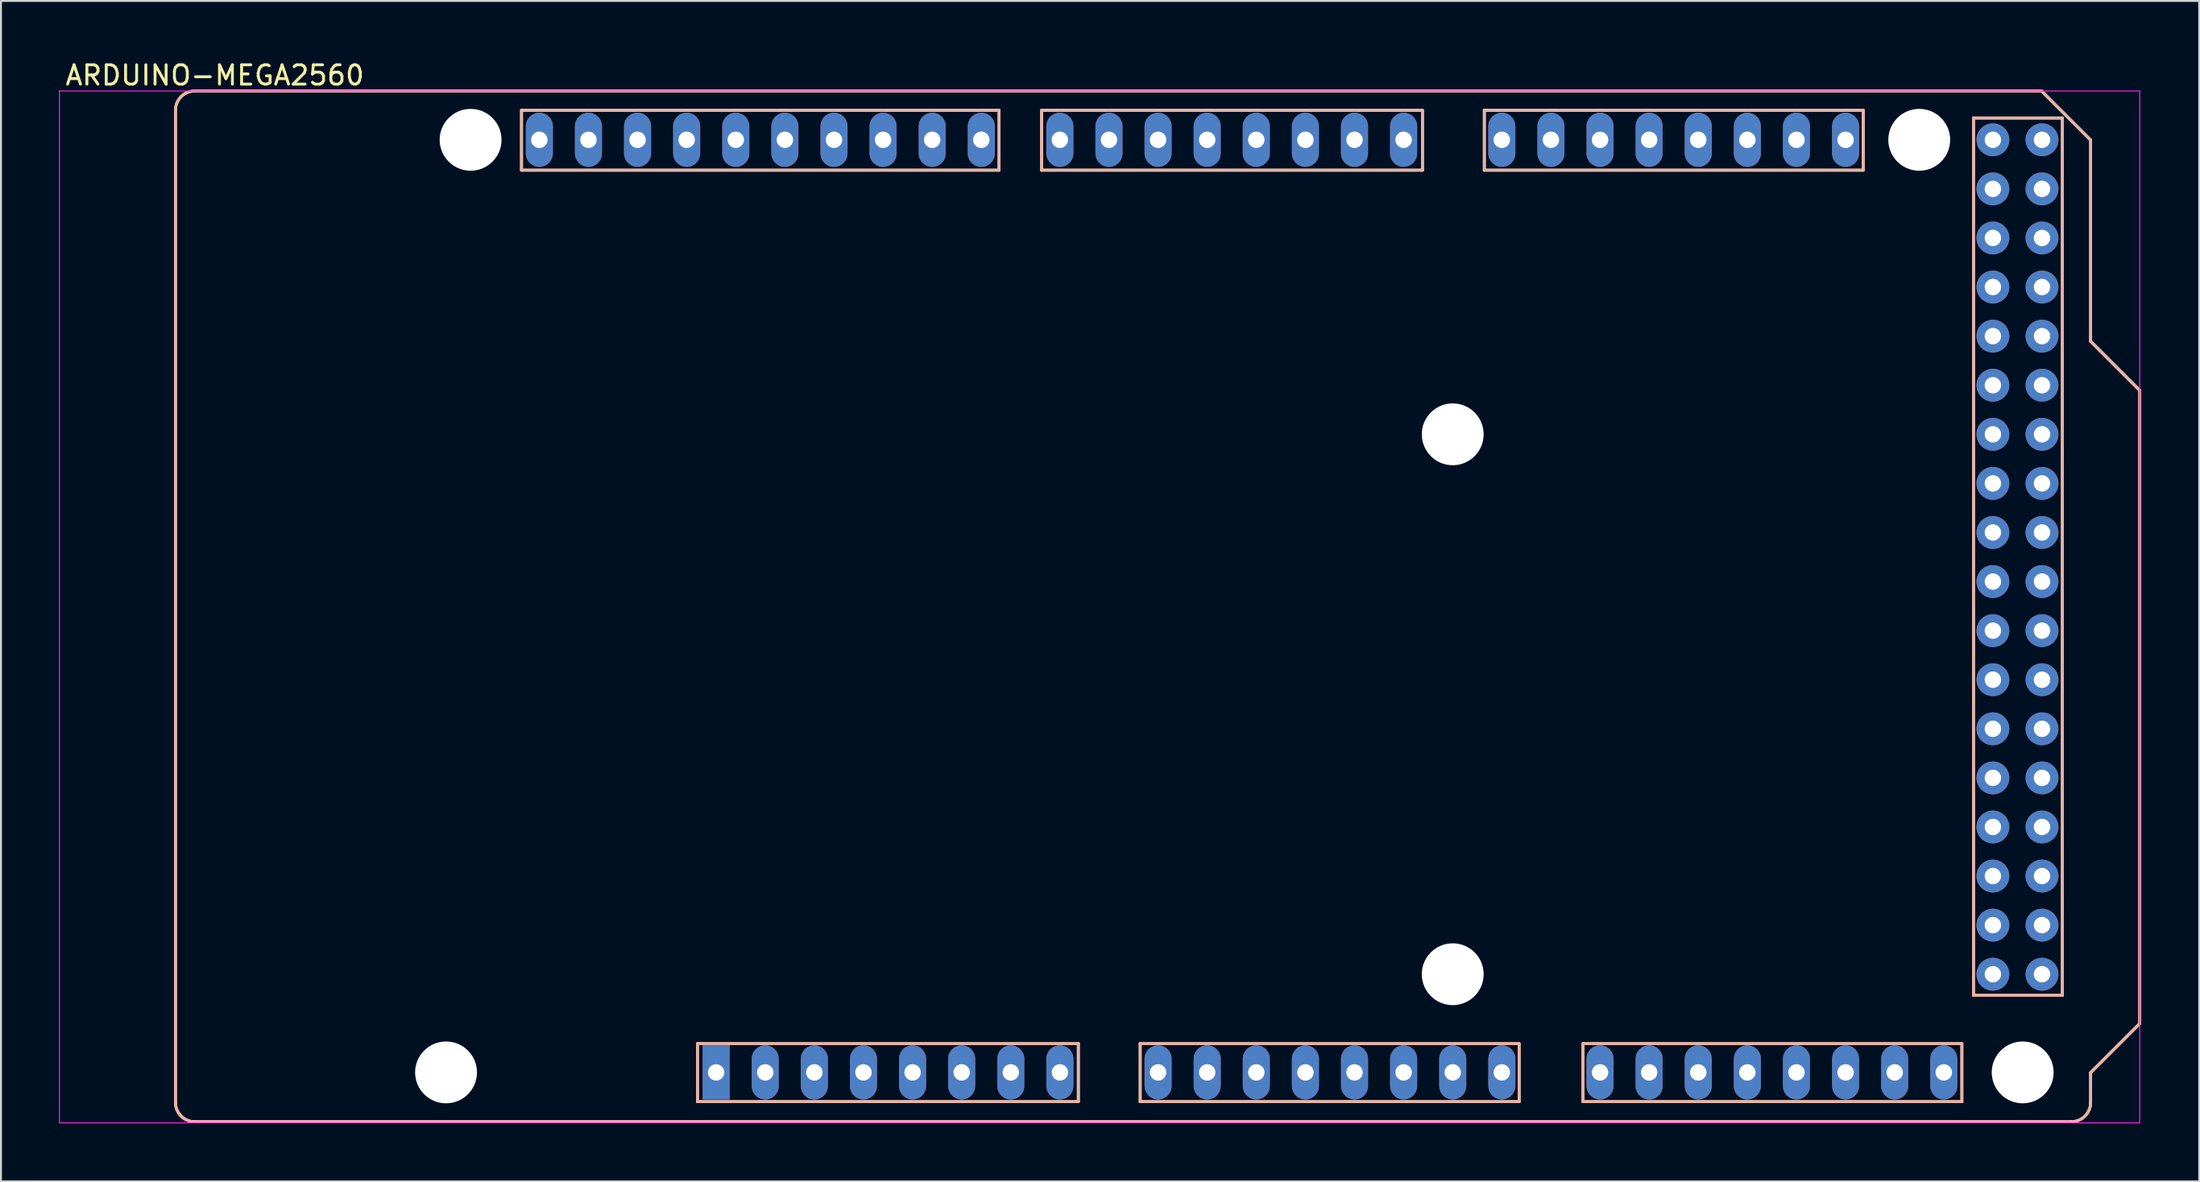
<source format=kicad_pcb>
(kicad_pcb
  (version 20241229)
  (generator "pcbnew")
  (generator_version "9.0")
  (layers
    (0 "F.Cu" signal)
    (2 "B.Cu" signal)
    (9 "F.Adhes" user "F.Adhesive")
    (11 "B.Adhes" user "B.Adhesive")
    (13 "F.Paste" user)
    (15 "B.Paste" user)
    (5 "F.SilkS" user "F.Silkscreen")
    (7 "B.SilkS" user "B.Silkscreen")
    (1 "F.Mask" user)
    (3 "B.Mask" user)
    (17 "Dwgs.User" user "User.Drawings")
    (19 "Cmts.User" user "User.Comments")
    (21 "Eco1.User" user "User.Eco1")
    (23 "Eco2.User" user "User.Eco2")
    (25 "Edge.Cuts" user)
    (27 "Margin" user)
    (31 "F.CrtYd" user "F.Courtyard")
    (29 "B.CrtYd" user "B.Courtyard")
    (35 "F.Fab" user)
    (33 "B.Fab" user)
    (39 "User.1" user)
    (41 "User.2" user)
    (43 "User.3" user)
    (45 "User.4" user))
  (footprint "ARDUINO-MEGA2560"
    (layer "F.Cu")
    (at 6.025 1.658)
    (property "Reference" "ARDUINO-MEGA2560" (at 2.04 -0.81 0) (layer "F.SilkS") (effects (font (size 1 1) (thickness 0.15))))
    (attr through_hole)
    (fp_line (start 0 52.34) (end 0 1) (stroke (width 0.15) (type solid)) (layer "F.SilkS"))
    (fp_line (start 1 0) (end 96.52 0) (stroke (width 0.15) (type solid)) (layer "F.SilkS"))
    (fp_line (start 17.9 1) (end 17.9 4.1) (stroke (width 0.15) (type solid)) (layer "F.SilkS"))
    (fp_line (start 17.9 1) (end 42.6 1) (stroke (width 0.15) (type solid)) (layer "F.SilkS"))
    (fp_line (start 17.9 4.1) (end 42.6 4.1) (stroke (width 0.15) (type solid)) (layer "F.SilkS"))
    (fp_line (start 27 49.3) (end 27 52.3) (stroke (width 0.15) (type solid)) (layer "F.SilkS"))
    (fp_line (start 27 52.3) (end 46.7 52.3) (stroke (width 0.15) (type solid)) (layer "F.SilkS"))
    (fp_line (start 42.6 4.1) (end 42.6 1) (stroke (width 0.15) (type solid)) (layer "F.SilkS"))
    (fp_line (start 44.8 1) (end 44.8 4.1) (stroke (width 0.15) (type solid)) (layer "F.SilkS"))
    (fp_line (start 44.8 4.1) (end 64.4 4.1) (stroke (width 0.15) (type solid)) (layer "F.SilkS"))
    (fp_line (start 46.7 49.3) (end 27 49.3) (stroke (width 0.15) (type solid)) (layer "F.SilkS"))
    (fp_line (start 46.7 52.3) (end 46.7 49.3) (stroke (width 0.15) (type solid)) (layer "F.SilkS"))
    (fp_line (start 49.9 49.3) (end 49.9 52.3) (stroke (width 0.15) (type solid)) (layer "F.SilkS"))
    (fp_line (start 49.9 52.3) (end 69.5 52.3) (stroke (width 0.15) (type solid)) (layer "F.SilkS"))
    (fp_line (start 64.4 4.1) (end 64.5 4.1) (stroke (width 0.15) (type solid)) (layer "F.SilkS"))
    (fp_line (start 64.5 1) (end 44.8 1) (stroke (width 0.15) (type solid)) (layer "F.SilkS"))
    (fp_line (start 64.5 4.1) (end 64.5 1) (stroke (width 0.15) (type solid)) (layer "F.SilkS"))
    (fp_line (start 67.7 1) (end 67.7 4.1) (stroke (width 0.15) (type solid)) (layer "F.SilkS"))
    (fp_line (start 67.7 1) (end 67.8 1) (stroke (width 0.15) (type solid)) (layer "F.SilkS"))
    (fp_line (start 67.7 4.1) (end 87.3 4.1) (stroke (width 0.15) (type solid)) (layer "F.SilkS"))
    (fp_line (start 69.5 49.3) (end 49.9 49.3) (stroke (width 0.15) (type solid)) (layer "F.SilkS"))
    (fp_line (start 69.5 52.3) (end 69.5 49.3) (stroke (width 0.15) (type solid)) (layer "F.SilkS"))
    (fp_line (start 72.8 49.3) (end 72.8 52.3) (stroke (width 0.15) (type solid)) (layer "F.SilkS"))
    (fp_line (start 72.8 52.3) (end 92.4 52.3) (stroke (width 0.15) (type solid)) (layer "F.SilkS"))
    (fp_line (start 87.3 1) (end 67.7 1) (stroke (width 0.15) (type solid)) (layer "F.SilkS"))
    (fp_line (start 87.3 4.1) (end 87.3 1) (stroke (width 0.15) (type solid)) (layer "F.SilkS"))
    (fp_line (start 92.4 49.3) (end 72.8 49.3) (stroke (width 0.15) (type solid)) (layer "F.SilkS"))
    (fp_line (start 92.4 52.3) (end 92.4 49.3) (stroke (width 0.15) (type solid)) (layer "F.SilkS"))
    (fp_line (start 93 1.4) (end 93 46.8) (stroke (width 0.15) (type solid)) (layer "F.SilkS"))
    (fp_line (start 93 46.8) (end 97.6 46.8) (stroke (width 0.15) (type solid)) (layer "F.SilkS"))
    (fp_line (start 96.52 0) (end 99.06 2.54) (stroke (width 0.15) (type solid)) (layer "F.SilkS"))
    (fp_line (start 97.6 1.4) (end 93 1.4) (stroke (width 0.15) (type solid)) (layer "F.SilkS"))
    (fp_line (start 97.6 46.8) (end 97.6 1.4) (stroke (width 0.15) (type solid)) (layer "F.SilkS"))
    (fp_line (start 98.06 53.34) (end 1 53.34) (stroke (width 0.15) (type solid)) (layer "F.SilkS"))
    (fp_line (start 99.06 2.54) (end 99.06 12.954) (stroke (width 0.15) (type solid)) (layer "F.SilkS"))
    (fp_line (start 99.06 12.954) (end 101.6 15.494) (stroke (width 0.15) (type solid)) (layer "F.SilkS"))
    (fp_line (start 99.06 50.8) (end 101.6 48.26) (stroke (width 0.15) (type solid)) (layer "F.SilkS"))
    (fp_line (start 99.06 52.34) (end 99.06 50.8) (stroke (width 0.15) (type solid)) (layer "F.SilkS"))
    (fp_line (start 101.6 15.494) (end 101.6 48.26) (stroke (width 0.15) (type solid)) (layer "F.SilkS"))
    (fp_arc (start 0 1) (mid 0.292893 0.292893) (end 1 0) (stroke (width 0.15) (type solid)) (layer "F.SilkS"))
    (fp_arc (start 1 53.34) (mid 0.292893 53.047107) (end 0 52.34) (stroke (width 0.15) (type solid)) (layer "F.SilkS"))
    (fp_arc (start 99.06 52.34) (mid 98.767107 53.047107) (end 98.06 53.34) (stroke (width 0.15) (type solid)) (layer "F.SilkS"))
    (fp_line (start 0 52.34) (end 0 1) (stroke (width 0.15) (type solid)) (layer "B.SilkS"))
    (fp_line (start 1 0) (end 96.52 0) (stroke (width 0.15) (type solid)) (layer "B.SilkS"))
    (fp_line (start 17.9 1) (end 42.6 1) (stroke (width 0.15) (type solid)) (layer "B.SilkS"))
    (fp_line (start 17.9 4.1) (end 17.9 1) (stroke (width 0.15) (type solid)) (layer "B.SilkS"))
    (fp_line (start 27 49.3) (end 46.7 49.3) (stroke (width 0.15) (type solid)) (layer "B.SilkS"))
    (fp_line (start 27 52.3) (end 27 49.3) (stroke (width 0.15) (type solid)) (layer "B.SilkS"))
    (fp_line (start 42.6 1) (end 42.6 4.1) (stroke (width 0.15) (type solid)) (layer "B.SilkS"))
    (fp_line (start 42.6 4.1) (end 17.9 4.1) (stroke (width 0.15) (type solid)) (layer "B.SilkS"))
    (fp_line (start 44.8 1) (end 64.5 1) (stroke (width 0.15) (type solid)) (layer "B.SilkS"))
    (fp_line (start 44.8 4.1) (end 44.8 1) (stroke (width 0.15) (type solid)) (layer "B.SilkS"))
    (fp_line (start 46.7 49.3) (end 46.7 52.3) (stroke (width 0.15) (type solid)) (layer "B.SilkS"))
    (fp_line (start 46.7 52.3) (end 27 52.3) (stroke (width 0.15) (type solid)) (layer "B.SilkS"))
    (fp_line (start 49.9 49.3) (end 69.5 49.3) (stroke (width 0.15) (type solid)) (layer "B.SilkS"))
    (fp_line (start 49.9 52.3) (end 49.9 49.3) (stroke (width 0.15) (type solid)) (layer "B.SilkS"))
    (fp_line (start 64.5 1) (end 64.5 4.1) (stroke (width 0.15) (type solid)) (layer "B.SilkS"))
    (fp_line (start 64.5 4.1) (end 44.8 4.1) (stroke (width 0.15) (type solid)) (layer "B.SilkS"))
    (fp_line (start 67.7 1) (end 87.3 1) (stroke (width 0.15) (type solid)) (layer "B.SilkS"))
    (fp_line (start 67.7 4.1) (end 67.7 1) (stroke (width 0.15) (type solid)) (layer "B.SilkS"))
    (fp_line (start 69.5 49.3) (end 69.5 52.3) (stroke (width 0.15) (type solid)) (layer "B.SilkS"))
    (fp_line (start 69.5 52.3) (end 49.9 52.3) (stroke (width 0.15) (type solid)) (layer "B.SilkS"))
    (fp_line (start 72.8 49.3) (end 92.4 49.3) (stroke (width 0.15) (type solid)) (layer "B.SilkS"))
    (fp_line (start 72.8 52.3) (end 72.8 49.3) (stroke (width 0.15) (type solid)) (layer "B.SilkS"))
    (fp_line (start 87.3 1) (end 87.3 4.1) (stroke (width 0.15) (type solid)) (layer "B.SilkS"))
    (fp_line (start 87.3 4.1) (end 67.7 4.1) (stroke (width 0.15) (type solid)) (layer "B.SilkS"))
    (fp_line (start 92.4 49.3) (end 92.4 52.3) (stroke (width 0.15) (type solid)) (layer "B.SilkS"))
    (fp_line (start 92.4 52.3) (end 72.8 52.3) (stroke (width 0.15) (type solid)) (layer "B.SilkS"))
    (fp_line (start 93 1.4) (end 97.6 1.4) (stroke (width 0.15) (type solid)) (layer "B.SilkS"))
    (fp_line (start 93 46.8) (end 93 1.4) (stroke (width 0.15) (type solid)) (layer "B.SilkS"))
    (fp_line (start 96.52 0) (end 99.06 2.54) (stroke (width 0.15) (type solid)) (layer "B.SilkS"))
    (fp_line (start 97.6 1.4) (end 97.6 46.8) (stroke (width 0.15) (type solid)) (layer "B.SilkS"))
    (fp_line (start 97.6 46.8) (end 93 46.8) (stroke (width 0.15) (type solid)) (layer "B.SilkS"))
    (fp_line (start 98.06 53.34) (end 1 53.34) (stroke (width 0.15) (type solid)) (layer "B.SilkS"))
    (fp_line (start 99.06 2.54) (end 99.06 12.954) (stroke (width 0.15) (type solid)) (layer "B.SilkS"))
    (fp_line (start 99.06 12.954) (end 101.6 15.494) (stroke (width 0.15) (type solid)) (layer "B.SilkS"))
    (fp_line (start 99.06 50.8) (end 101.6 48.26) (stroke (width 0.15) (type solid)) (layer "B.SilkS"))
    (fp_line (start 99.06 52.34) (end 99.06 50.8) (stroke (width 0.15) (type solid)) (layer "B.SilkS"))
    (fp_line (start 101.6 15.494) (end 101.6 48.26) (stroke (width 0.15) (type solid)) (layer "B.SilkS"))
    (fp_arc (start 0 1) (mid 0.292893 0.292893) (end 1 0) (stroke (width 0.15) (type solid)) (layer "B.SilkS"))
    (fp_arc (start 1 53.34) (mid 0.292893 53.047107) (end 0 52.34) (stroke (width 0.15) (type solid)) (layer "B.SilkS"))
    (fp_arc (start 99.06 52.34) (mid 98.767107 53.047107) (end 98.06 53.34) (stroke (width 0.15) (type solid)) (layer "B.SilkS"))
    (fp_line (start -6 0) (end 101.6 0) (stroke (width 0.05) (type solid)) (layer "F.CrtYd"))
    (fp_line (start -6 53.4) (end -6 0) (stroke (width 0.05) (type solid)) (layer "F.CrtYd"))
    (fp_line (start 101.6 0) (end 101.6 53.4) (stroke (width 0.05) (type solid)) (layer "F.CrtYd"))
    (fp_line (start 101.6 53.4) (end -6 53.4) (stroke (width 0.05) (type solid)) (layer "F.CrtYd"))
    (pad "" np_thru_hole circle (at 13.996 50.787) (size 3.2 3.2) (drill 3.2) (layers "*.Cu" "*.Mask"))
    (pad "" np_thru_hole circle (at 15.266 2.527) (size 3.2 3.2) (drill 3.2) (layers "*.Cu" "*.Mask"))
    (pad "" np_thru_hole circle (at 66.065 17.767) (size 3.2 3.2) (drill 3.2) (layers "*.Cu" "*.Mask"))
    (pad "" np_thru_hole circle (at 66.065 45.707) (size 3.2 3.2) (drill 3.2) (layers "*.Cu" "*.Mask"))
    (pad "" np_thru_hole circle (at 90.195 2.527) (size 3.2 3.2) (drill 3.2) (layers "*.Cu" "*.Mask"))
    (pad "" np_thru_hole circle (at 95.545 50.787) (size 3.2 3.2) (drill 3.2) (layers "*.Cu" "*.Mask"))
    (pad "1" thru_hole rect (at 27.966 50.787) (size 1.4 2.8) (drill 0.85) (layers "*.Cu" "*.Mask"))
    (pad "2" thru_hole oval (at 30.506 50.787) (size 1.4 2.8) (drill 0.85) (layers "*.Cu" "*.Mask"))
    (pad "3" thru_hole oval (at 33.046 50.787) (size 1.4 2.8) (drill 0.85) (layers "*.Cu" "*.Mask"))
    (pad "4" thru_hole oval (at 35.586 50.787) (size 1.4 2.8) (drill 0.85) (layers "*.Cu" "*.Mask"))
    (pad "5" thru_hole oval (at 38.126 50.787) (size 1.4 2.8) (drill 0.85) (layers "*.Cu" "*.Mask"))
    (pad "6" thru_hole oval (at 40.666 50.787) (size 1.4 2.8) (drill 0.85) (layers "*.Cu" "*.Mask"))
    (pad "7" thru_hole oval (at 43.206 50.787) (size 1.4 2.8) (drill 0.85) (layers "*.Cu" "*.Mask"))
    (pad "8" thru_hole oval (at 45.746 50.787) (size 1.4 2.8) (drill 0.85) (layers "*.Cu" "*.Mask"))
    (pad "9" thru_hole oval (at 50.826 50.787) (size 1.4 2.8) (drill 0.85) (layers "*.Cu" "*.Mask"))
    (pad "10" thru_hole oval (at 53.366 50.787) (size 1.4 2.8) (drill 0.85) (layers "*.Cu" "*.Mask"))
    (pad "11" thru_hole oval (at 55.906 50.787) (size 1.4 2.8) (drill 0.85) (layers "*.Cu" "*.Mask"))
    (pad "12" thru_hole oval (at 58.446 50.787) (size 1.4 2.8) (drill 0.85) (layers "*.Cu" "*.Mask"))
    (pad "13" thru_hole oval (at 60.986 50.787) (size 1.4 2.8) (drill 0.85) (layers "*.Cu" "*.Mask"))
    (pad "14" thru_hole oval (at 63.526 50.787) (size 1.4 2.8) (drill 0.85) (layers "*.Cu" "*.Mask"))
    (pad "15" thru_hole oval (at 66.066 50.787) (size 1.4 2.8) (drill 0.85) (layers "*.Cu" "*.Mask"))
    (pad "16" thru_hole oval (at 68.606 50.787) (size 1.4 2.8) (drill 0.85) (layers "*.Cu" "*.Mask"))
    (pad "17" thru_hole oval (at 73.685 50.787) (size 1.4 2.8) (drill 0.85) (layers "*.Cu" "*.Mask"))
    (pad "18" thru_hole oval (at 76.225 50.787) (size 1.4 2.8) (drill 0.85) (layers "*.Cu" "*.Mask"))
    (pad "19" thru_hole oval (at 78.765 50.787) (size 1.4 2.8) (drill 0.85) (layers "*.Cu" "*.Mask"))
    (pad "20" thru_hole oval (at 81.305 50.787) (size 1.4 2.8) (drill 0.85) (layers "*.Cu" "*.Mask"))
    (pad "21" thru_hole oval (at 83.845 50.787) (size 1.4 2.8) (drill 0.85) (layers "*.Cu" "*.Mask"))
    (pad "22" thru_hole oval (at 86.385 50.787) (size 1.4 2.8) (drill 0.85) (layers "*.Cu" "*.Mask"))
    (pad "23" thru_hole oval (at 88.925 50.787) (size 1.4 2.8) (drill 0.85) (layers "*.Cu" "*.Mask"))
    (pad "24" thru_hole oval (at 91.465 50.787) (size 1.4 2.8) (drill 0.85) (layers "*.Cu" "*.Mask"))
    (pad "25" thru_hole oval (at 96.545 45.707 90) (size 1.7 1.7) (drill 0.85) (layers "*.Cu" "*.Mask"))
    (pad "26" thru_hole oval (at 94.005 45.707 90) (size 1.7 1.7) (drill 0.85) (layers "*.Cu" "*.Mask"))
    (pad "27" thru_hole oval (at 96.545 43.167 90) (size 1.7 1.7) (drill 0.85) (layers "*.Cu" "*.Mask"))
    (pad "28" thru_hole oval (at 94.005 43.167 90) (size 1.7 1.7) (drill 0.85) (layers "*.Cu" "*.Mask"))
    (pad "29" thru_hole oval (at 96.545 40.627 90) (size 1.7 1.7) (drill 0.85) (layers "*.Cu" "*.Mask"))
    (pad "30" thru_hole oval (at 94.005 40.627 90) (size 1.7 1.7) (drill 0.85) (layers "*.Cu" "*.Mask"))
    (pad "31" thru_hole oval (at 96.545 38.087 90) (size 1.7 1.7) (drill 0.85) (layers "*.Cu" "*.Mask"))
    (pad "32" thru_hole oval (at 94.005 38.087 90) (size 1.7 1.7) (drill 0.85) (layers "*.Cu" "*.Mask"))
    (pad "33" thru_hole oval (at 96.545 35.547 90) (size 1.7 1.7) (drill 0.85) (layers "*.Cu" "*.Mask"))
    (pad "34" thru_hole oval (at 94.005 35.547 90) (size 1.7 1.7) (drill 0.85) (layers "*.Cu" "*.Mask"))
    (pad "35" thru_hole oval (at 96.545 33.007 90) (size 1.7 1.7) (drill 0.85) (layers "*.Cu" "*.Mask"))
    (pad "36" thru_hole oval (at 94.005 33.007 90) (size 1.7 1.7) (drill 0.85) (layers "*.Cu" "*.Mask"))
    (pad "37" thru_hole oval (at 96.545 30.467 90) (size 1.7 1.7) (drill 0.85) (layers "*.Cu" "*.Mask"))
    (pad "38" thru_hole oval (at 94.005 30.467 90) (size 1.7 1.7) (drill 0.85) (layers "*.Cu" "*.Mask"))
    (pad "39" thru_hole oval (at 96.545 27.927 90) (size 1.7 1.7) (drill 0.85) (layers "*.Cu" "*.Mask"))
    (pad "40" thru_hole oval (at 94.005 27.927 90) (size 1.7 1.7) (drill 0.85) (layers "*.Cu" "*.Mask"))
    (pad "41" thru_hole oval (at 96.545 25.387 90) (size 1.7 1.7) (drill 0.85) (layers "*.Cu" "*.Mask"))
    (pad "42" thru_hole oval (at 94.005 25.387 90) (size 1.7 1.7) (drill 0.85) (layers "*.Cu" "*.Mask"))
    (pad "43" thru_hole oval (at 96.545 22.847 90) (size 1.7 1.7) (drill 0.85) (layers "*.Cu" "*.Mask"))
    (pad "44" thru_hole oval (at 94.005 22.847 90) (size 1.7 1.7) (drill 0.85) (layers "*.Cu" "*.Mask"))
    (pad "45" thru_hole oval (at 96.545 20.307 90) (size 1.7 1.7) (drill 0.85) (layers "*.Cu" "*.Mask"))
    (pad "46" thru_hole oval (at 94.005 20.307 90) (size 1.7 1.7) (drill 0.85) (layers "*.Cu" "*.Mask"))
    (pad "47" thru_hole oval (at 96.545 17.767 90) (size 1.7 1.7) (drill 0.85) (layers "*.Cu" "*.Mask"))
    (pad "48" thru_hole oval (at 94.005 17.767 90) (size 1.7 1.7) (drill 0.85) (layers "*.Cu" "*.Mask"))
    (pad "49" thru_hole oval (at 96.545 15.227 90) (size 1.7 1.7) (drill 0.85) (layers "*.Cu" "*.Mask"))
    (pad "50" thru_hole oval (at 94.005 15.227 90) (size 1.7 1.7) (drill 0.85) (layers "*.Cu" "*.Mask"))
    (pad "51" thru_hole oval (at 96.545 12.687 90) (size 1.7 1.7) (drill 0.85) (layers "*.Cu" "*.Mask"))
    (pad "52" thru_hole oval (at 94.005 12.687 90) (size 1.7 1.7) (drill 0.85) (layers "*.Cu" "*.Mask"))
    (pad "53" thru_hole oval (at 96.545 10.147 90) (size 1.7 1.7) (drill 0.85) (layers "*.Cu" "*.Mask"))
    (pad "54" thru_hole oval (at 94.005 10.147 90) (size 1.7 1.7) (drill 0.85) (layers "*.Cu" "*.Mask"))
    (pad "55" thru_hole oval (at 96.545 7.607 90) (size 1.7 1.7) (drill 0.85) (layers "*.Cu" "*.Mask"))
    (pad "56" thru_hole oval (at 94.005 7.607 90) (size 1.7 1.7) (drill 0.85) (layers "*.Cu" "*.Mask"))
    (pad "57" thru_hole oval (at 96.545 5.067 90) (size 1.7 1.7) (drill 0.85) (layers "*.Cu" "*.Mask"))
    (pad "58" thru_hole oval (at 94.005 5.067 90) (size 1.7 1.7) (drill 0.85) (layers "*.Cu" "*.Mask"))
    (pad "59" thru_hole oval (at 96.545 2.527 90) (size 1.7 1.7) (drill 0.85) (layers "*.Cu" "*.Mask"))
    (pad "60" thru_hole oval (at 94.005 2.527 90) (size 1.7 1.7) (drill 0.85) (layers "*.Cu" "*.Mask"))
    (pad "61" thru_hole oval (at 86.385 2.527) (size 1.4 2.8) (drill 0.85) (layers "*.Cu" "*.Mask"))
    (pad "62" thru_hole oval (at 83.845 2.527) (size 1.4 2.8) (drill 0.85) (layers "*.Cu" "*.Mask"))
    (pad "63" thru_hole oval (at 81.305 2.527) (size 1.4 2.8) (drill 0.85) (layers "*.Cu" "*.Mask"))
    (pad "64" thru_hole oval (at 78.765 2.527) (size 1.4 2.8) (drill 0.85) (layers "*.Cu" "*.Mask"))
    (pad "65" thru_hole oval (at 76.225 2.527) (size 1.4 2.8) (drill 0.85) (layers "*.Cu" "*.Mask"))
    (pad "66" thru_hole oval (at 73.685 2.527) (size 1.4 2.8) (drill 0.85) (layers "*.Cu" "*.Mask"))
    (pad "67" thru_hole oval (at 71.145 2.527) (size 1.4 2.8) (drill 0.85) (layers "*.Cu" "*.Mask"))
    (pad "68" thru_hole oval (at 68.605 2.527) (size 1.4 2.8) (drill 0.85) (layers "*.Cu" "*.Mask"))
    (pad "69" thru_hole oval (at 63.525 2.527) (size 1.4 2.8) (drill 0.85) (layers "*.Cu" "*.Mask"))
    (pad "70" thru_hole oval (at 60.985 2.527) (size 1.4 2.8) (drill 0.85) (layers "*.Cu" "*.Mask"))
    (pad "71" thru_hole oval (at 58.445 2.527) (size 1.4 2.8) (drill 0.85) (layers "*.Cu" "*.Mask"))
    (pad "72" thru_hole oval (at 55.905 2.527) (size 1.4 2.8) (drill 0.85) (layers "*.Cu" "*.Mask"))
    (pad "73" thru_hole oval (at 53.365 2.527) (size 1.4 2.8) (drill 0.85) (layers "*.Cu" "*.Mask"))
    (pad "74" thru_hole oval (at 50.825 2.527) (size 1.4 2.8) (drill 0.85) (layers "*.Cu" "*.Mask"))
    (pad "75" thru_hole oval (at 48.285 2.527) (size 1.4 2.8) (drill 0.85) (layers "*.Cu" "*.Mask"))
    (pad "76" thru_hole oval (at 45.745 2.527) (size 1.4 2.8) (drill 0.85) (layers "*.Cu" "*.Mask"))
    (pad "77" thru_hole oval (at 41.682 2.527) (size 1.4 2.8) (drill 0.85) (layers "*.Cu" "*.Mask"))
    (pad "78" thru_hole oval (at 39.142 2.527) (size 1.4 2.8) (drill 0.85) (layers "*.Cu" "*.Mask"))
    (pad "79" thru_hole oval (at 36.602 2.527) (size 1.4 2.8) (drill 0.85) (layers "*.Cu" "*.Mask"))
    (pad "80" thru_hole oval (at 34.062 2.527) (size 1.4 2.8) (drill 0.85) (layers "*.Cu" "*.Mask"))
    (pad "81" thru_hole oval (at 31.522 2.527) (size 1.4 2.8) (drill 0.85) (layers "*.Cu" "*.Mask"))
    (pad "82" thru_hole oval (at 28.982 2.527) (size 1.4 2.8) (drill 0.85) (layers "*.Cu" "*.Mask"))
    (pad "83" thru_hole oval (at 26.442 2.527) (size 1.4 2.8) (drill 0.85) (layers "*.Cu" "*.Mask"))
    (pad "84" thru_hole oval (at 23.902 2.527) (size 1.4 2.8) (drill 0.85) (layers "*.Cu" "*.Mask"))
    (pad "85" thru_hole oval (at 21.362 2.527) (size 1.4 2.8) (drill 0.85) (layers "*.Cu" "*.Mask"))
    (pad "86" thru_hole oval (at 18.822 2.527) (size 1.4 2.8) (drill 0.85) (layers "*.Cu" "*.Mask")))
  (gr_rect
    (start -3 -3)
    (end 110.7 58.083)
    (stroke (width 0.1) (type default))
    (fill no)
    (layer "Edge.Cuts")))
</source>
